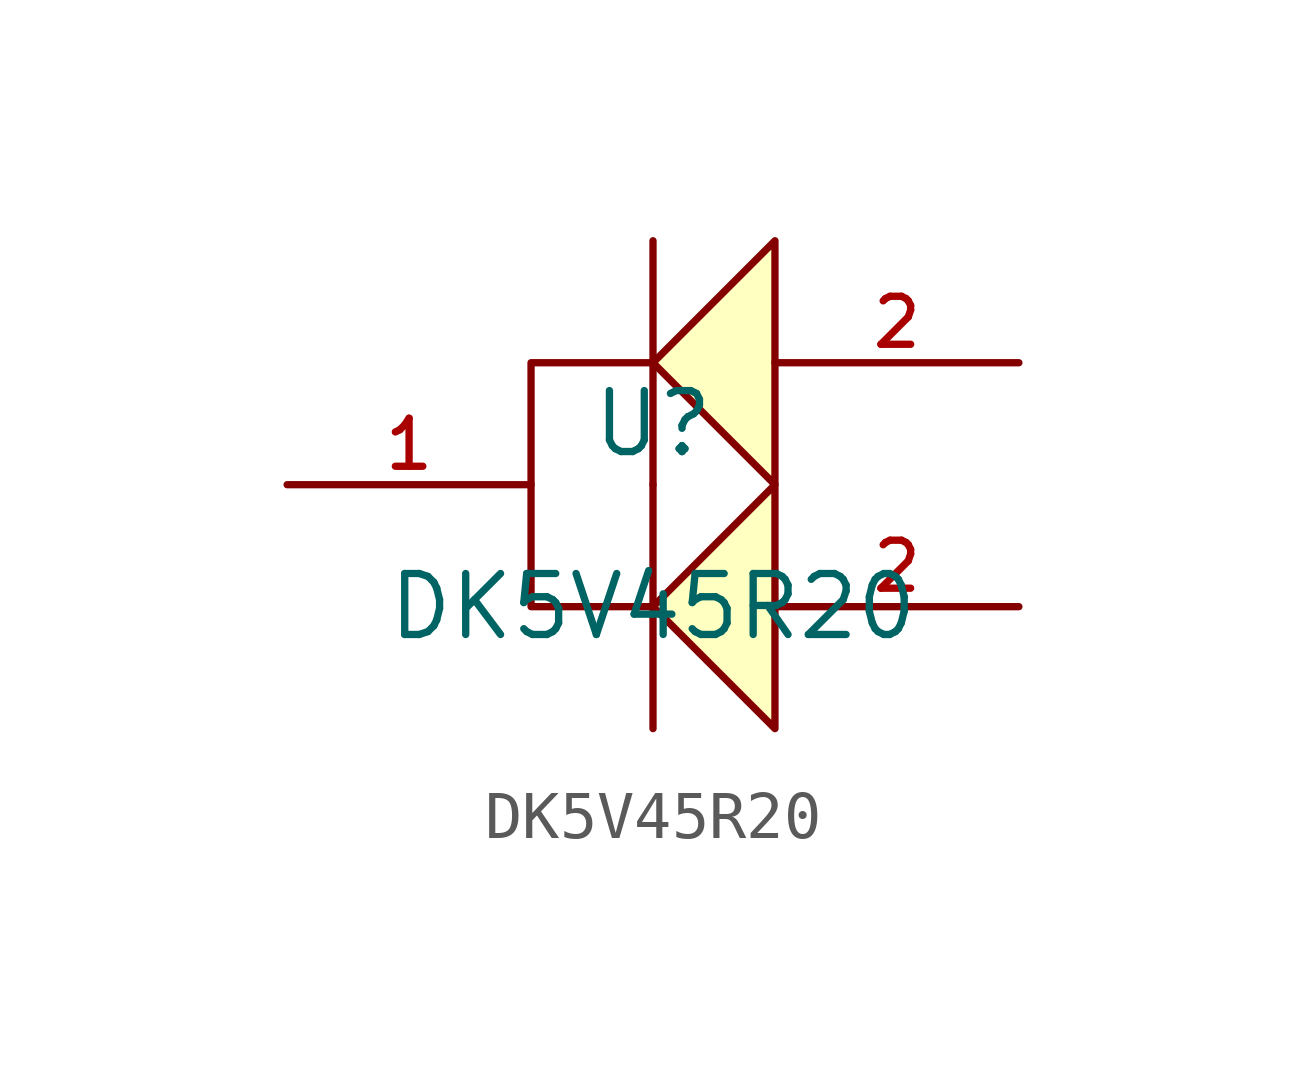
<source format=kicad_sym>
(kicad_symbol_lib
  (version 20210201)
  (generator TousstNicolas/JLC2KiCad_lib)
  (symbol "DK5V45R20"
    (pin_names hide)
    (property "Reference" "U"
      (at 0 1.27 0)
      (effects (font (size 1.27 1.27))))
    (property "Value" "DK5V45R20"
      (at 0 -2.54 0)
      (effects (font (size 1.27 1.27))))
    (symbol "DK5V45R20_0_1"
      (pin input line (at 7.62 -2.54 180) (length 5.08) (name "A" (effects (font (size 1 1)))) (number "2" (effects (font (size 1 1)))))
      (pin input line (at -7.62 -0.0 0) (length 5.08) (name "K" (effects (font (size 1 1)))) (number "1" (effects (font (size 1 1)))))
      (polyline (pts (xy 2.54 5.08) (xy 0.0 2.54) (xy 2.54 -0.0) (xy 2.54 5.08)) (stroke (width 0) (type default) (color 0 0 0 0)) (fill (type background)))
      (polyline (pts (xy 0.0 -0.0) (xy 0.0 5.08)) (stroke (width 0) (type default) (color 0 0 0 0)) (fill (type none)))
      (pin input line (at 7.62 2.54 180) (length 5.08) (name "A" (effects (font (size 1 1)))) (number "2" (effects (font (size 1 1)))))
      (polyline (pts (xy 0.0 -5.08) (xy 0.0 -0.0)) (stroke (width 0) (type default) (color 0 0 0 0)) (fill (type none)))
      (polyline (pts (xy 2.54 -0.0) (xy 0.0 -2.54) (xy 2.54 -5.08) (xy 2.54 -0.0)) (stroke (width 0) (type default) (color 0 0 0 0)) (fill (type background)))
      (polyline (pts (xy 0.0 2.54) (xy -2.54 2.54) (xy -2.54 -2.54) (xy 0.0 -2.54)) (stroke (width 0) (type default) (color 0 0 0 0)) (fill (type none))))))
</source>
